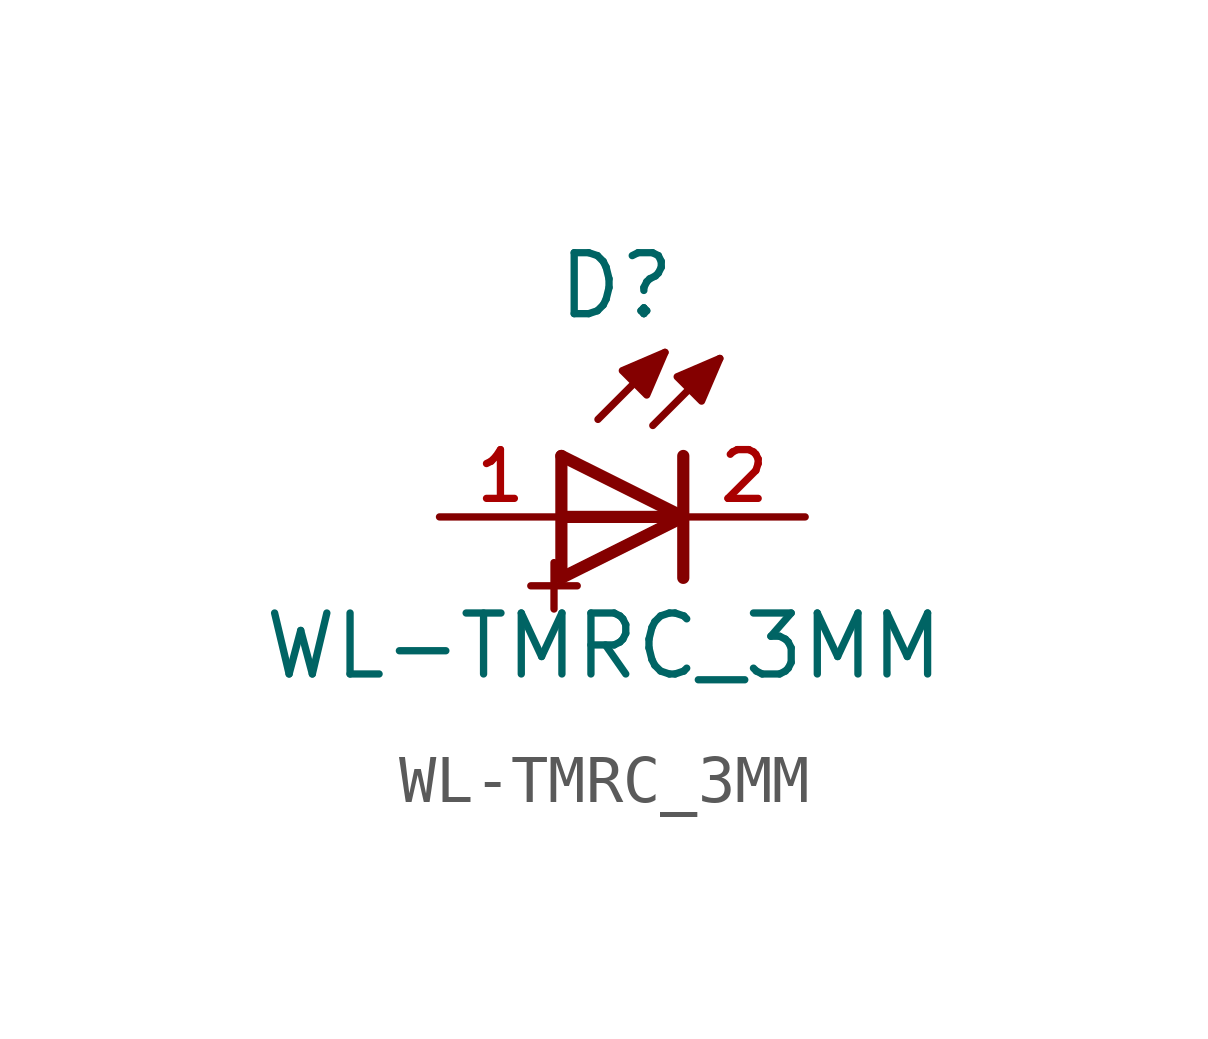
<source format=kicad_sym>
(kicad_symbol_lib
  (version 20211014)
  (generator kicad_symbol_editor)
  (symbol "WL-TMRC_3MM"
    (pin_names
      (offset 1.016))
    (property "Reference" "D"
      (at -1.396 4.072 0)
      (effects (font (size 1.27 1.27)) (justify bottom)))
    (property "Value" "WL-TMRC_3MM"
      (at -1.652 -3.436 0)
      (effects (font (size 1.27 1.27)) (justify bottom)))
    (symbol "WL-TMRC_3MM_0_0"
      (text "+" (at -3.58 -1.34 0) (effects (font (size 1.27 1.27)) (justify left)))
      (polyline (pts (xy -2.54 -1.27) (xy 0.0 0.0)) (stroke (width 0.254)))
      (polyline (pts (xy 0.0 0.0) (xy -2.54 1.27)) (stroke (width 0.254)))
      (polyline (pts (xy 0.0 -1.27) (xy 0.0 0.0)) (stroke (width 0.254)))
      (polyline (pts (xy 0.0 0.0) (xy 0.0 1.27)) (stroke (width 0.254)))
      (polyline (pts (xy -2.54 -1.27) (xy -2.54 0.0)) (stroke (width 0.254)))
      (polyline (pts (xy -2.54 0.0) (xy -2.54 1.27)) (stroke (width 0.254)))
      (polyline (pts (xy -1.778 2.032) (xy -0.381 3.429)) (stroke (width 0.152)))
      (polyline (pts (xy -0.635 1.905) (xy 0.762 3.302)) (stroke (width 0.152)))
      (polyline (pts (xy 0.0 0.0) (xy -2.54 0.0)) (stroke (width 0.254)))
      (polyline (pts (xy -0.381 3.429) (xy -1.27 3.048) (xy -0.762 2.54) (xy -0.381 3.429)) (stroke (width 0.152)) (fill (type outline)))
      (polyline (pts (xy 0.762 3.302) (xy -0.127 2.921) (xy 0.381 2.413) (xy 0.762 3.302)) (stroke (width 0.152)) (fill (type outline)))
      (pin passive line (at -5.08 0.0 0) (length 2.54) (name "~" (effects (font (size 1.016 1.016)))) (number "1" (effects (font (size 1.016 1.016)))))
      (pin passive line (at 2.54 0.0 180.0) (length 2.54) (name "~" (effects (font (size 1.016 1.016)))) (number "2" (effects (font (size 1.016 1.016))))))))
</source>
